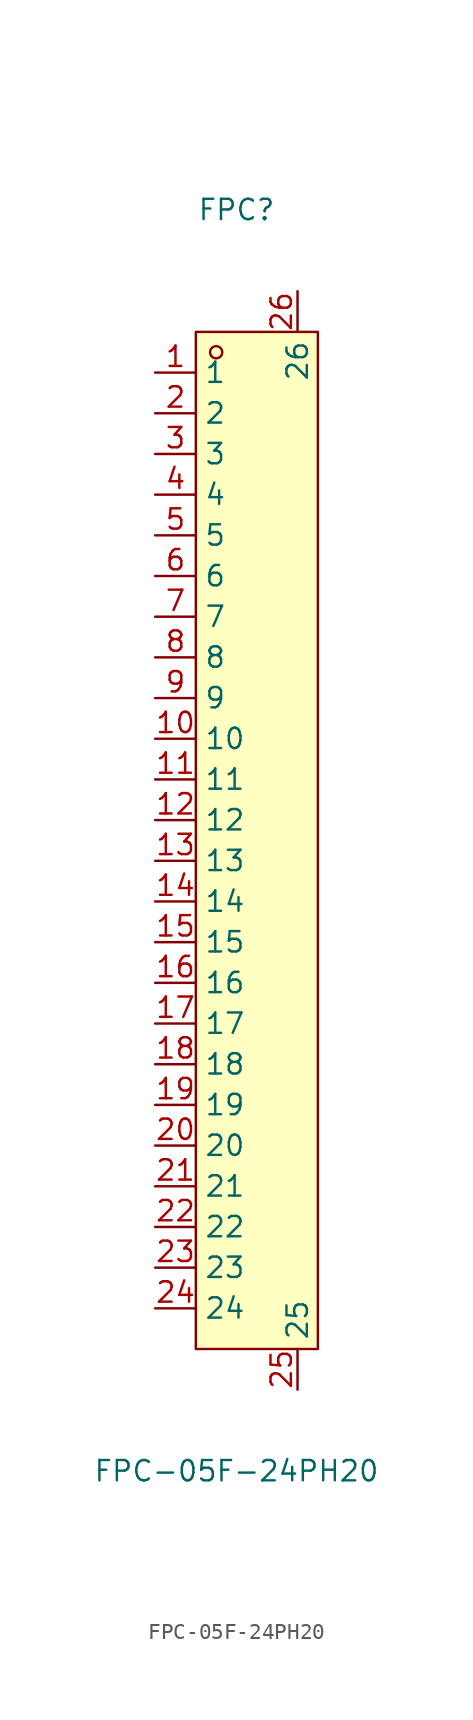
<source format=kicad_sym>
(kicad_symbol_lib
  (version 20211014)
  (generator https://github.com/uPesy/easyeda2kicad.py)
  (symbol "FPC-05F-24PH20"
    (property "Reference" "FPC"
      (at 0 39.37 0)
      (effects (font (size 1.27 1.27))))
    (property "Value" "FPC-05F-24PH20"
      (at 0 -39.37 0)
      (effects (font (size 1.27 1.27))))
    (symbol "FPC-05F-24PH20_0_1"
      (rectangle (start -2.54 31.75) (end 5.08 -31.75) (stroke (width 0) (type default) (color 0 0 0 0)) (fill (type background)))
      (circle (center -1.27 30.48) (radius 0.38) (stroke (width 0) (type default) (color 0 0 0 0)) (fill (type none)))
      (pin unspecified line (at -5.08 29.21 0) (length 2.54) (name "1" (effects (font (size 1.27 1.27)))) (number "1" (effects (font (size 1.27 1.27)))))
      (pin unspecified line (at -5.08 26.67 0) (length 2.54) (name "2" (effects (font (size 1.27 1.27)))) (number "2" (effects (font (size 1.27 1.27)))))
      (pin unspecified line (at -5.08 24.13 0) (length 2.54) (name "3" (effects (font (size 1.27 1.27)))) (number "3" (effects (font (size 1.27 1.27)))))
      (pin unspecified line (at -5.08 21.59 0) (length 2.54) (name "4" (effects (font (size 1.27 1.27)))) (number "4" (effects (font (size 1.27 1.27)))))
      (pin unspecified line (at -5.08 19.05 0) (length 2.54) (name "5" (effects (font (size 1.27 1.27)))) (number "5" (effects (font (size 1.27 1.27)))))
      (pin unspecified line (at -5.08 16.51 0) (length 2.54) (name "6" (effects (font (size 1.27 1.27)))) (number "6" (effects (font (size 1.27 1.27)))))
      (pin unspecified line (at -5.08 13.97 0) (length 2.54) (name "7" (effects (font (size 1.27 1.27)))) (number "7" (effects (font (size 1.27 1.27)))))
      (pin unspecified line (at -5.08 11.43 0) (length 2.54) (name "8" (effects (font (size 1.27 1.27)))) (number "8" (effects (font (size 1.27 1.27)))))
      (pin unspecified line (at -5.08 8.89 0) (length 2.54) (name "9" (effects (font (size 1.27 1.27)))) (number "9" (effects (font (size 1.27 1.27)))))
      (pin unspecified line (at -5.08 6.35 0) (length 2.54) (name "10" (effects (font (size 1.27 1.27)))) (number "10" (effects (font (size 1.27 1.27)))))
      (pin unspecified line (at -5.08 3.81 0) (length 2.54) (name "11" (effects (font (size 1.27 1.27)))) (number "11" (effects (font (size 1.27 1.27)))))
      (pin unspecified line (at -5.08 1.27 0) (length 2.54) (name "12" (effects (font (size 1.27 1.27)))) (number "12" (effects (font (size 1.27 1.27)))))
      (pin unspecified line (at -5.08 -1.27 0) (length 2.54) (name "13" (effects (font (size 1.27 1.27)))) (number "13" (effects (font (size 1.27 1.27)))))
      (pin unspecified line (at -5.08 -3.81 0) (length 2.54) (name "14" (effects (font (size 1.27 1.27)))) (number "14" (effects (font (size 1.27 1.27)))))
      (pin unspecified line (at -5.08 -6.35 0) (length 2.54) (name "15" (effects (font (size 1.27 1.27)))) (number "15" (effects (font (size 1.27 1.27)))))
      (pin unspecified line (at -5.08 -8.89 0) (length 2.54) (name "16" (effects (font (size 1.27 1.27)))) (number "16" (effects (font (size 1.27 1.27)))))
      (pin unspecified line (at -5.08 -11.43 0) (length 2.54) (name "17" (effects (font (size 1.27 1.27)))) (number "17" (effects (font (size 1.27 1.27)))))
      (pin unspecified line (at -5.08 -13.97 0) (length 2.54) (name "18" (effects (font (size 1.27 1.27)))) (number "18" (effects (font (size 1.27 1.27)))))
      (pin unspecified line (at -5.08 -16.51 0) (length 2.54) (name "19" (effects (font (size 1.27 1.27)))) (number "19" (effects (font (size 1.27 1.27)))))
      (pin unspecified line (at -5.08 -19.05 0) (length 2.54) (name "20" (effects (font (size 1.27 1.27)))) (number "20" (effects (font (size 1.27 1.27)))))
      (pin unspecified line (at -5.08 -21.59 0) (length 2.54) (name "21" (effects (font (size 1.27 1.27)))) (number "21" (effects (font (size 1.27 1.27)))))
      (pin unspecified line (at -5.08 -24.13 0) (length 2.54) (name "22" (effects (font (size 1.27 1.27)))) (number "22" (effects (font (size 1.27 1.27)))))
      (pin unspecified line (at -5.08 -26.67 0) (length 2.54) (name "23" (effects (font (size 1.27 1.27)))) (number "23" (effects (font (size 1.27 1.27)))))
      (pin unspecified line (at -5.08 -29.21 0) (length 2.54) (name "24" (effects (font (size 1.27 1.27)))) (number "24" (effects (font (size 1.27 1.27)))))
      (pin unspecified line (at 3.81 -34.29 90) (length 2.54) (name "25" (effects (font (size 1.27 1.27)))) (number "25" (effects (font (size 1.27 1.27)))))
      (pin unspecified line (at 3.81 34.29 270) (length 2.54) (name "26" (effects (font (size 1.27 1.27)))) (number "26" (effects (font (size 1.27 1.27))))))))
</source>
